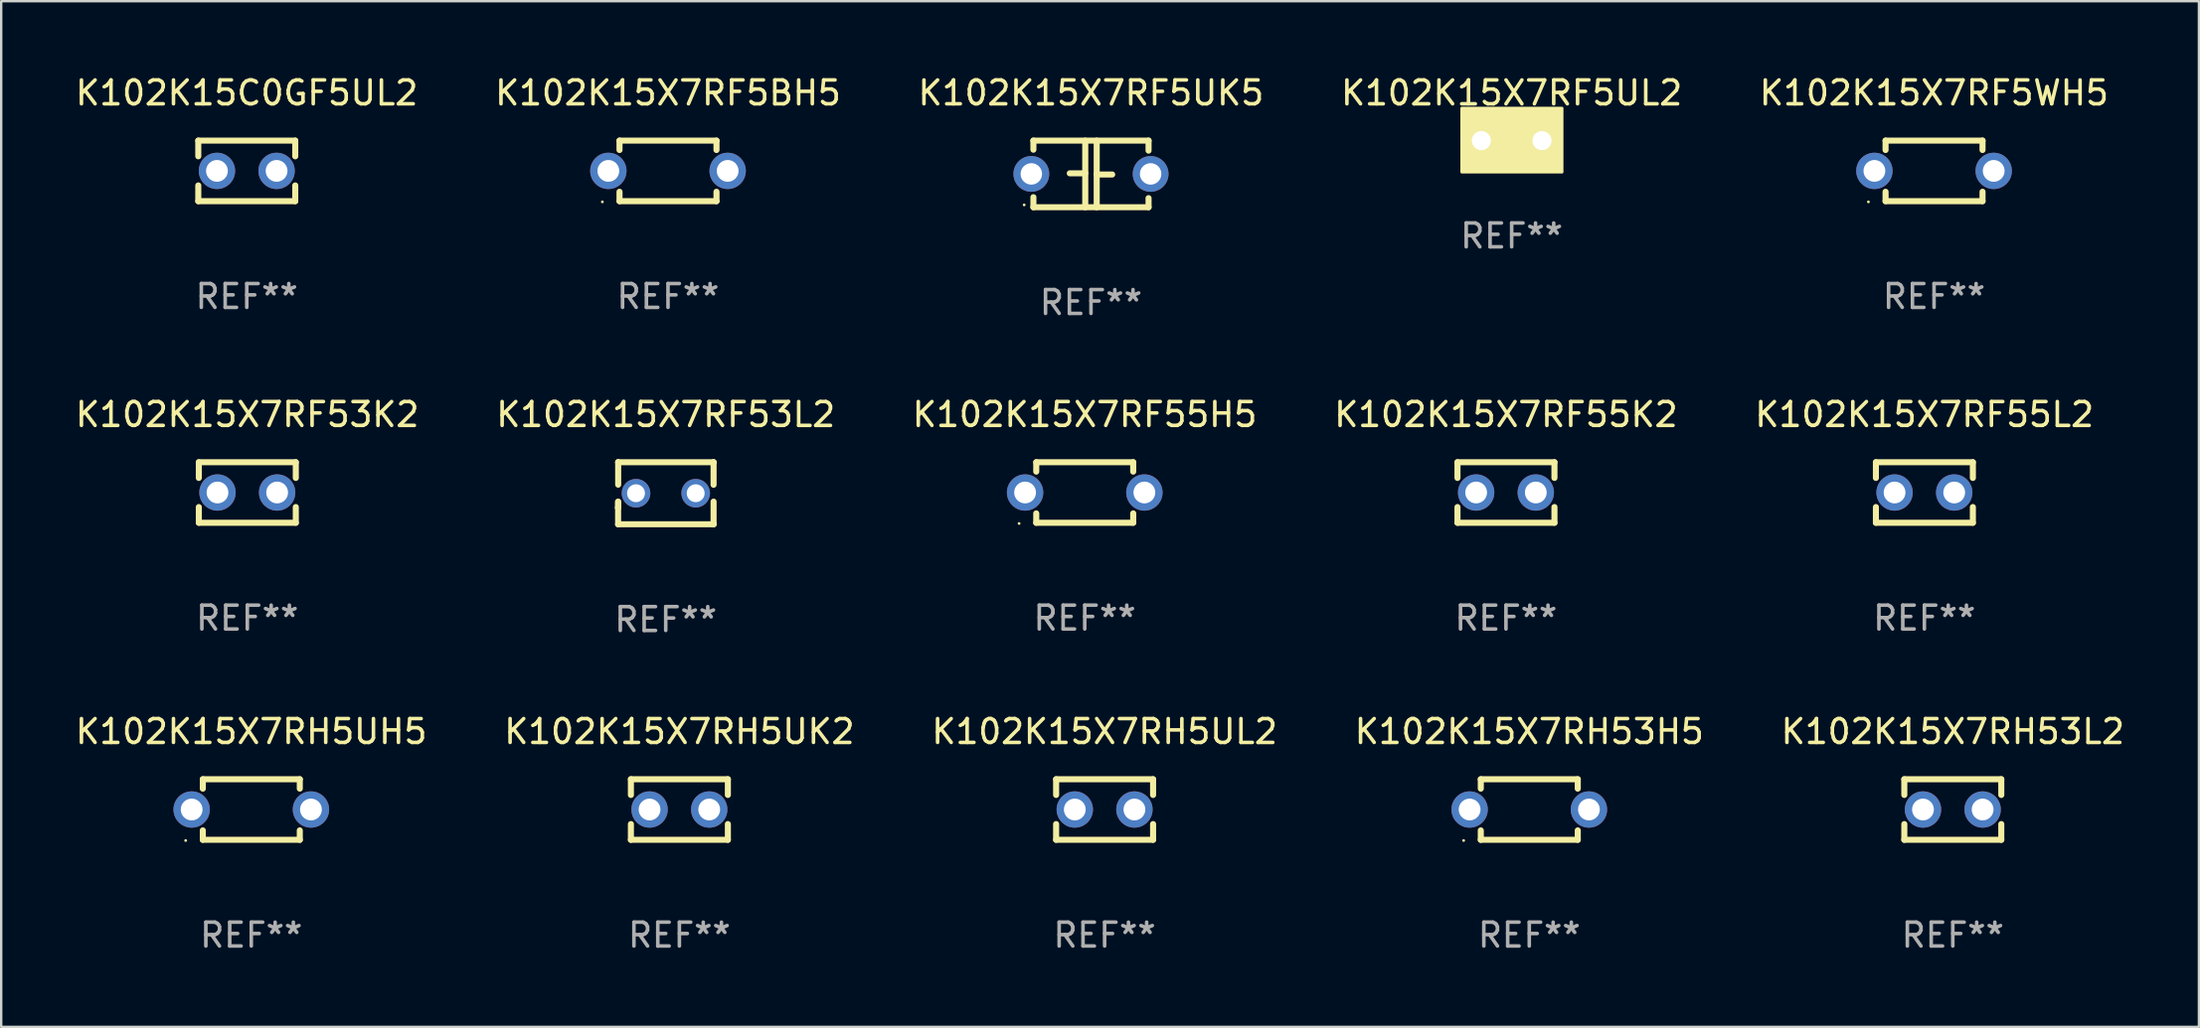
<source format=kicad_pcb>
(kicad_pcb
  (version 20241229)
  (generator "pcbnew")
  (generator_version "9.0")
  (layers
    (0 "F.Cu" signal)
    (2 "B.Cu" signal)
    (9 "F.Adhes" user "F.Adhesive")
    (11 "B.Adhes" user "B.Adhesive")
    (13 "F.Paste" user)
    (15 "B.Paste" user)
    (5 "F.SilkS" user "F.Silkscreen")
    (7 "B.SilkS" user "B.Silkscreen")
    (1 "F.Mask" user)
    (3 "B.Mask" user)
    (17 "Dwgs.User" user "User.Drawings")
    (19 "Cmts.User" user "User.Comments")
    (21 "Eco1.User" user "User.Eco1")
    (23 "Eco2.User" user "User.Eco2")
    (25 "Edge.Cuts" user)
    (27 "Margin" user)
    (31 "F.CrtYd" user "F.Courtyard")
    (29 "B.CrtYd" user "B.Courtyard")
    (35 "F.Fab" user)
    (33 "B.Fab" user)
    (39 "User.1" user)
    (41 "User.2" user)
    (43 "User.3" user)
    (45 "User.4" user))
  (footprint "K102K15X7RH5UL2"
    (layer "F.Cu")
    (at 43.244 30.907)
    (property "Reference" "K102K15X7RH5UL2" (at 0 -3.27 0) (layer "F.SilkS") (effects (font (size 1 1) (thickness 0.15))))
    (attr through_hole)
    (fp_line (start -2.032 -1.27) (end -2.032 -0.611) (stroke (width 0.254) (type solid)) (layer "F.SilkS"))
    (fp_line (start -2.032 0.611) (end -2.032 1.27) (stroke (width 0.254) (type solid)) (layer "F.SilkS"))
    (fp_line (start -2.032 1.27) (end 2.032 1.27) (stroke (width 0.254) (type solid)) (layer "F.SilkS"))
    (fp_line (start 2.032 -1.27) (end -2.032 -1.27) (stroke (width 0.254) (type solid)) (layer "F.SilkS"))
    (fp_line (start 2.032 -0.611) (end 2.032 -1.27) (stroke (width 0.254) (type solid)) (layer "F.SilkS"))
    (fp_line (start 2.032 1.27) (end 2.032 0.611) (stroke (width 0.254) (type solid)) (layer "F.SilkS"))
    (fp_circle (center -2 1.3) (end -1.97 1.3) (stroke (width 0.06) (type solid)) (fill no) (layer "F.SilkS"))
    (fp_text user "REF**" (at 0 5.27 0) (layer "F.Fab") (effects (font (size 1 1) (thickness 0.15))))
    (pad "1" thru_hole circle (at -1.25 0) (size 1.524 1.524) (drill 0.914) (layers "*.Cu" "*.Mask"))
    (pad "2" thru_hole circle (at 1.25 0) (size 1.524 1.524) (drill 0.914) (layers "*.Cu" "*.Mask")))
  (footprint "K102K15X7RF5UK5"
    (layer "F.Cu")
    (at 42.673 4.245)
    (property "Reference" "K102K15X7RF5UK5" (at 0 -3.397 0) (layer "F.SilkS") (effects (font (size 1 1) (thickness 0.15))))
    (attr through_hole)
    (fp_line (start -2.413 -1.397) (end 2.413 -1.397) (stroke (width 0.254) (type solid)) (layer "F.SilkS"))
    (fp_line (start -2.413 -1.016) (end -2.413 -1.397) (stroke (width 0.254) (type solid)) (layer "F.SilkS"))
    (fp_line (start -2.413 0.977) (end -2.413 1.397) (stroke (width 0.254) (type solid)) (layer "F.SilkS"))
    (fp_line (start -0.24 -0.025) (end -0.889 -0.025) (stroke (width 0.254) (type solid)) (layer "F.SilkS"))
    (fp_line (start -0.24 1.397) (end -0.24 -1.397) (stroke (width 0.254) (type solid)) (layer "F.SilkS"))
    (fp_line (start 0.24 -1.397) (end 0.24 1.397) (stroke (width 0.254) (type solid)) (layer "F.SilkS"))
    (fp_line (start 0.24 0.025) (end 0.889 0.025) (stroke (width 0.254) (type solid)) (layer "F.SilkS"))
    (fp_line (start 2.413 -0.977) (end 2.413 -1.397) (stroke (width 0.254) (type solid)) (layer "F.SilkS"))
    (fp_line (start 2.413 1.016) (end 2.413 1.397) (stroke (width 0.254) (type solid)) (layer "F.SilkS"))
    (fp_line (start 2.413 1.397) (end -2.413 1.397) (stroke (width 0.254) (type solid)) (layer "F.SilkS"))
    (fp_circle (center -2.8 1.3) (end -2.77 1.3) (stroke (width 0.06) (type solid)) (fill no) (layer "F.SilkS"))
    (fp_text user "REF**" (at 0 5.397 0) (layer "F.Fab") (effects (font (size 1 1) (thickness 0.15))))
    (pad "1" thru_hole circle (at -2.5 0) (size 1.5 1.5) (drill 0.9) (layers "*.Cu" "*.Mask"))
    (pad "2" thru_hole circle (at 2.5 0) (size 1.5 1.5) (drill 0.9) (layers "*.Cu" "*.Mask")))
  (footprint "K102K15X7RH53H5"
    (layer "F.Cu")
    (at 61.042 30.907)
    (property "Reference" "K102K15X7RH53H5" (at 0 -3.27 0) (layer "F.SilkS") (effects (font (size 1 1) (thickness 0.15))))
    (attr through_hole)
    (fp_line (start -2.032 -1.27) (end -2.032 -0.876) (stroke (width 0.254) (type solid)) (layer "F.SilkS"))
    (fp_line (start -2.032 0.876) (end -2.032 1.27) (stroke (width 0.254) (type solid)) (layer "F.SilkS"))
    (fp_line (start -2.032 1.27) (end 2.032 1.27) (stroke (width 0.254) (type solid)) (layer "F.SilkS"))
    (fp_line (start 2.032 -1.27) (end -2.032 -1.27) (stroke (width 0.254) (type solid)) (layer "F.SilkS"))
    (fp_line (start 2.032 -0.876) (end 2.032 -1.27) (stroke (width 0.254) (type solid)) (layer "F.SilkS"))
    (fp_line (start 2.032 1.27) (end 2.032 0.876) (stroke (width 0.254) (type solid)) (layer "F.SilkS"))
    (fp_circle (center -2.751 1.3) (end -2.721 1.3) (stroke (width 0.06) (type solid)) (fill no) (layer "F.SilkS"))
    (fp_text user "REF**" (at 0 5.27 0) (layer "F.Fab") (effects (font (size 1 1) (thickness 0.15))))
    (pad "1" thru_hole circle (at -2.5 0) (size 1.524 1.524) (drill 0.914) (layers "*.Cu" "*.Mask"))
    (pad "2" thru_hole circle (at 2.5 0) (size 1.524 1.524) (drill 0.914) (layers "*.Cu" "*.Mask")))
  (footprint "K102K15X7RF5UL2"
    (layer "F.Cu")
    (at 60.304 2.848)
    (property "Reference" "K102K15X7RF5UL2" (at 0 -2 0) (layer "F.SilkS") (effects (font (size 1 1) (thickness 0.15))))
    (attr through_hole)
    (fp_circle (center -2 1.3) (end -1.97 1.3) (stroke (width 0.06) (type solid)) (fill no) (layer "F.SilkS"))
    (fp_poly (pts (xy -2.09 -1.36) (xy 2.11 -1.36) (xy 2.11 1.32) (xy -2.09 1.32)) (stroke (width 0.12) (type solid)) (fill yes) (layer "F.SilkS"))
    (fp_text user "REF**" (at 0 4 0) (layer "F.Fab") (effects (font (size 1 1) (thickness 0.15))))
    (pad "1" thru_hole circle (at -1.27 0) (size 1.4 1.4) (drill 0.8) (layers "*.Cu" "*.Mask"))
    (pad "2" thru_hole circle (at 1.27 0) (size 1.4 1.4) (drill 0.8) (layers "*.Cu" "*.Mask")))
  (footprint "K102K15X7RF55H5"
    (layer "F.Cu")
    (at 42.411 17.609)
    (property "Reference" "K102K15X7RF55H5" (at 0 -3.27 0) (layer "F.SilkS") (effects (font (size 1 1) (thickness 0.15))))
    (attr through_hole)
    (fp_line (start -2.032 -1.27) (end -2.032 -0.876) (stroke (width 0.254) (type solid)) (layer "F.SilkS"))
    (fp_line (start -2.032 0.876) (end -2.032 1.27) (stroke (width 0.254) (type solid)) (layer "F.SilkS"))
    (fp_line (start -2.032 1.27) (end 2.032 1.27) (stroke (width 0.254) (type solid)) (layer "F.SilkS"))
    (fp_line (start 2.032 -1.27) (end -2.032 -1.27) (stroke (width 0.254) (type solid)) (layer "F.SilkS"))
    (fp_line (start 2.032 -0.876) (end 2.032 -1.27) (stroke (width 0.254) (type solid)) (layer "F.SilkS"))
    (fp_line (start 2.032 1.27) (end 2.032 0.876) (stroke (width 0.254) (type solid)) (layer "F.SilkS"))
    (fp_circle (center -2.751 1.3) (end -2.721 1.3) (stroke (width 0.06) (type solid)) (fill no) (layer "F.SilkS"))
    (fp_text user "REF**" (at 0 5.27 0) (layer "F.Fab") (effects (font (size 1 1) (thickness 0.15))))
    (pad "1" thru_hole circle (at -2.5 0) (size 1.524 1.524) (drill 0.914) (layers "*.Cu" "*.Mask"))
    (pad "2" thru_hole circle (at 2.5 0) (size 1.524 1.524) (drill 0.914) (layers "*.Cu" "*.Mask")))
  (footprint "K102K15X7RF55K2"
    (layer "F.Cu")
    (at 60.065 17.609)
    (property "Reference" "K102K15X7RF55K2" (at 0 -3.27 0) (layer "F.SilkS") (effects (font (size 1 1) (thickness 0.15))))
    (attr through_hole)
    (fp_line (start -2.032 -1.27) (end -2.032 -0.611) (stroke (width 0.254) (type solid)) (layer "F.SilkS"))
    (fp_line (start -2.032 0.611) (end -2.032 1.27) (stroke (width 0.254) (type solid)) (layer "F.SilkS"))
    (fp_line (start -2.032 1.27) (end 2.032 1.27) (stroke (width 0.254) (type solid)) (layer "F.SilkS"))
    (fp_line (start 2.032 -1.27) (end -2.032 -1.27) (stroke (width 0.254) (type solid)) (layer "F.SilkS"))
    (fp_line (start 2.032 -0.611) (end 2.032 -1.27) (stroke (width 0.254) (type solid)) (layer "F.SilkS"))
    (fp_line (start 2.032 1.27) (end 2.032 0.611) (stroke (width 0.254) (type solid)) (layer "F.SilkS"))
    (fp_circle (center -2 1.3) (end -1.97 1.3) (stroke (width 0.06) (type solid)) (fill no) (layer "F.SilkS"))
    (fp_text user "REF**" (at 0 5.27 0) (layer "F.Fab") (effects (font (size 1 1) (thickness 0.15))))
    (pad "1" thru_hole circle (at -1.25 0) (size 1.524 1.524) (drill 0.914) (layers "*.Cu" "*.Mask"))
    (pad "2" thru_hole circle (at 1.25 0) (size 1.524 1.524) (drill 0.914) (layers "*.Cu" "*.Mask")))
  (footprint "K102K15X7RF5BH5"
    (layer "F.Cu")
    (at 24.946 4.118)
    (property "Reference" "K102K15X7RF5BH5" (at 0 -3.27 0) (layer "F.SilkS") (effects (font (size 1 1) (thickness 0.15))))
    (attr through_hole)
    (fp_line (start -2.032 -1.27) (end -2.032 -0.876) (stroke (width 0.254) (type solid)) (layer "F.SilkS"))
    (fp_line (start -2.032 0.876) (end -2.032 1.27) (stroke (width 0.254) (type solid)) (layer "F.SilkS"))
    (fp_line (start -2.032 1.27) (end 2.032 1.27) (stroke (width 0.254) (type solid)) (layer "F.SilkS"))
    (fp_line (start 2.032 -1.27) (end -2.032 -1.27) (stroke (width 0.254) (type solid)) (layer "F.SilkS"))
    (fp_line (start 2.032 -0.876) (end 2.032 -1.27) (stroke (width 0.254) (type solid)) (layer "F.SilkS"))
    (fp_line (start 2.032 1.27) (end 2.032 0.876) (stroke (width 0.254) (type solid)) (layer "F.SilkS"))
    (fp_circle (center -2.751 1.3) (end -2.721 1.3) (stroke (width 0.06) (type solid)) (fill no) (layer "F.SilkS"))
    (fp_text user "REF**" (at 0 5.27 0) (layer "F.Fab") (effects (font (size 1 1) (thickness 0.15))))
    (pad "1" thru_hole circle (at -2.5 0) (size 1.524 1.524) (drill 0.914) (layers "*.Cu" "*.Mask"))
    (pad "2" thru_hole circle (at 2.5 0) (size 1.524 1.524) (drill 0.914) (layers "*.Cu" "*.Mask")))
  (footprint "K102K15C0GF5UL2"
    (layer "F.Cu")
    (at 7.292 4.118)
    (property "Reference" "K102K15C0GF5UL2" (at 0 -3.27 0) (layer "F.SilkS") (effects (font (size 1 1) (thickness 0.15))))
    (attr through_hole)
    (fp_line (start -2.032 -1.27) (end -2.032 -0.611) (stroke (width 0.254) (type solid)) (layer "F.SilkS"))
    (fp_line (start -2.032 0.611) (end -2.032 1.27) (stroke (width 0.254) (type solid)) (layer "F.SilkS"))
    (fp_line (start -2.032 1.27) (end 2.032 1.27) (stroke (width 0.254) (type solid)) (layer "F.SilkS"))
    (fp_line (start 2.032 -1.27) (end -2.032 -1.27) (stroke (width 0.254) (type solid)) (layer "F.SilkS"))
    (fp_line (start 2.032 -0.611) (end 2.032 -1.27) (stroke (width 0.254) (type solid)) (layer "F.SilkS"))
    (fp_line (start 2.032 1.27) (end 2.032 0.611) (stroke (width 0.254) (type solid)) (layer "F.SilkS"))
    (fp_circle (center -2 1.3) (end -1.97 1.3) (stroke (width 0.06) (type solid)) (fill no) (layer "F.SilkS"))
    (fp_text user "REF**" (at 0 5.27 0) (layer "F.Fab") (effects (font (size 1 1) (thickness 0.15))))
    (pad "1" thru_hole circle (at -1.25 0) (size 1.524 1.524) (drill 0.914) (layers "*.Cu" "*.Mask"))
    (pad "2" thru_hole circle (at 1.25 0) (size 1.524 1.524) (drill 0.914) (layers "*.Cu" "*.Mask")))
  (footprint "K102K15X7RF55L2"
    (layer "F.Cu")
    (at 77.601 17.609)
    (property "Reference" "K102K15X7RF55L2" (at 0 -3.27 0) (layer "F.SilkS") (effects (font (size 1 1) (thickness 0.15))))
    (attr through_hole)
    (fp_line (start -2.032 -1.27) (end -2.032 -0.611) (stroke (width 0.254) (type solid)) (layer "F.SilkS"))
    (fp_line (start -2.032 0.611) (end -2.032 1.27) (stroke (width 0.254) (type solid)) (layer "F.SilkS"))
    (fp_line (start -2.032 1.27) (end 2.032 1.27) (stroke (width 0.254) (type solid)) (layer "F.SilkS"))
    (fp_line (start 2.032 -1.27) (end -2.032 -1.27) (stroke (width 0.254) (type solid)) (layer "F.SilkS"))
    (fp_line (start 2.032 -0.611) (end 2.032 -1.27) (stroke (width 0.254) (type solid)) (layer "F.SilkS"))
    (fp_line (start 2.032 1.27) (end 2.032 0.611) (stroke (width 0.254) (type solid)) (layer "F.SilkS"))
    (fp_circle (center -2 1.3) (end -1.97 1.3) (stroke (width 0.06) (type solid)) (fill no) (layer "F.SilkS"))
    (fp_text user "REF**" (at 0 5.27 0) (layer "F.Fab") (effects (font (size 1 1) (thickness 0.15))))
    (pad "1" thru_hole circle (at -1.25 0) (size 1.524 1.524) (drill 0.914) (layers "*.Cu" "*.Mask"))
    (pad "2" thru_hole circle (at 1.25 0) (size 1.524 1.524) (drill 0.914) (layers "*.Cu" "*.Mask")))
  (footprint "K102K15X7RH53L2"
    (layer "F.Cu")
    (at 78.792 30.907)
    (property "Reference" "K102K15X7RH53L2" (at 0 -3.27 0) (layer "F.SilkS") (effects (font (size 1 1) (thickness 0.15))))
    (attr through_hole)
    (fp_line (start -2.032 -1.27) (end -2.032 -0.611) (stroke (width 0.254) (type solid)) (layer "F.SilkS"))
    (fp_line (start -2.032 0.611) (end -2.032 1.27) (stroke (width 0.254) (type solid)) (layer "F.SilkS"))
    (fp_line (start -2.032 1.27) (end 2.032 1.27) (stroke (width 0.254) (type solid)) (layer "F.SilkS"))
    (fp_line (start 2.032 -1.27) (end -2.032 -1.27) (stroke (width 0.254) (type solid)) (layer "F.SilkS"))
    (fp_line (start 2.032 -0.611) (end 2.032 -1.27) (stroke (width 0.254) (type solid)) (layer "F.SilkS"))
    (fp_line (start 2.032 1.27) (end 2.032 0.611) (stroke (width 0.254) (type solid)) (layer "F.SilkS"))
    (fp_circle (center -2 1.3) (end -1.97 1.3) (stroke (width 0.06) (type solid)) (fill no) (layer "F.SilkS"))
    (fp_text user "REF**" (at 0 5.27 0) (layer "F.Fab") (effects (font (size 1 1) (thickness 0.15))))
    (pad "1" thru_hole circle (at -1.25 0) (size 1.524 1.524) (drill 0.914) (layers "*.Cu" "*.Mask"))
    (pad "2" thru_hole circle (at 1.25 0) (size 1.524 1.524) (drill 0.914) (layers "*.Cu" "*.Mask")))
  (footprint "K102K15X7RH5UK2"
    (layer "F.Cu")
    (at 25.423 30.907)
    (property "Reference" "K102K15X7RH5UK2" (at 0 -3.27 0) (layer "F.SilkS") (effects (font (size 1 1) (thickness 0.15))))
    (attr through_hole)
    (fp_line (start -2.032 -1.27) (end -2.032 -0.611) (stroke (width 0.254) (type solid)) (layer "F.SilkS"))
    (fp_line (start -2.032 0.611) (end -2.032 1.27) (stroke (width 0.254) (type solid)) (layer "F.SilkS"))
    (fp_line (start -2.032 1.27) (end 2.032 1.27) (stroke (width 0.254) (type solid)) (layer "F.SilkS"))
    (fp_line (start 2.032 -1.27) (end -2.032 -1.27) (stroke (width 0.254) (type solid)) (layer "F.SilkS"))
    (fp_line (start 2.032 -0.611) (end 2.032 -1.27) (stroke (width 0.254) (type solid)) (layer "F.SilkS"))
    (fp_line (start 2.032 1.27) (end 2.032 0.611) (stroke (width 0.254) (type solid)) (layer "F.SilkS"))
    (fp_circle (center -2 1.3) (end -1.97 1.3) (stroke (width 0.06) (type solid)) (fill no) (layer "F.SilkS"))
    (fp_text user "REF**" (at 0 5.27 0) (layer "F.Fab") (effects (font (size 1 1) (thickness 0.15))))
    (pad "1" thru_hole circle (at -1.25 0) (size 1.524 1.524) (drill 0.914) (layers "*.Cu" "*.Mask"))
    (pad "2" thru_hole circle (at 1.25 0) (size 1.524 1.524) (drill 0.914) (layers "*.Cu" "*.Mask")))
  (footprint "K102K15X7RF53L2"
    (layer "F.Cu")
    (at 24.851 17.64)
    (property "Reference" "K102K15X7RF53L2" (at 0 -3.301 0) (layer "F.SilkS") (effects (font (size 1 1) (thickness 0.15))))
    (attr through_hole)
    (fp_line (start -1.996 0.354) (end -1.996 1.301) (stroke (width 0.254) (type solid)) (layer "F.SilkS"))
    (fp_line (start -1.996 1.301) (end 2.002 1.301) (stroke (width 0.254) (type solid)) (layer "F.SilkS"))
    (fp_line (start -1.993 -1.299) (end -1.993 -0.36) (stroke (width 0.254) (type solid)) (layer "F.SilkS"))
    (fp_line (start -1.993 0.358) (end -1.993 0.599) (stroke (width 0.254) (type solid)) (layer "F.SilkS"))
    (fp_line (start -1.993 0.599) (end -2.005 0.61) (stroke (width 0.254) (type solid)) (layer "F.SilkS"))
    (fp_line (start -1.992 -1.301) (end -1.993 -1.299) (stroke (width 0.254) (type solid)) (layer "F.SilkS"))
    (fp_line (start 2.002 1.301) (end 2.005 1.298) (stroke (width 0.254) (type solid)) (layer "F.SilkS"))
    (fp_line (start 2.003 -1.301) (end -1.992 -1.301) (stroke (width 0.254) (type solid)) (layer "F.SilkS"))
    (fp_line (start 2.005 -1.299) (end 2.003 -1.301) (stroke (width 0.254) (type solid)) (layer "F.SilkS"))
    (fp_line (start 2.005 -0.355) (end 2.005 -1.299) (stroke (width 0.254) (type solid)) (layer "F.SilkS"))
    (fp_line (start 2.005 1.298) (end 2.005 0.352) (stroke (width 0.254) (type solid)) (layer "F.SilkS"))
    (fp_circle (center -1.996 1.299) (end -1.966 1.299) (stroke (width 0.06) (type solid)) (fill no) (layer "F.SilkS"))
    (fp_text user "REF**" (at 0 5.301 0) (layer "F.Fab") (effects (font (size 1 1) (thickness 0.15))))
    (pad "1" thru_hole circle (at -1.246 -0.001) (size 1.2 1.2) (drill 0.75) (layers "*.Cu" "*.Mask"))
    (pad "2" thru_hole circle (at 1.255 -0.001) (size 1.2 1.2) (drill 0.75) (layers "*.Cu" "*.Mask")))
  (footprint "K102K15X7RF53K2"
    (layer "F.Cu")
    (at 7.315 17.609)
    (property "Reference" "K102K15X7RF53K2" (at 0 -3.27 0) (layer "F.SilkS") (effects (font (size 1 1) (thickness 0.15))))
    (attr through_hole)
    (fp_line (start -2.032 -1.27) (end -2.032 -0.611) (stroke (width 0.254) (type solid)) (layer "F.SilkS"))
    (fp_line (start -2.032 0.611) (end -2.032 1.27) (stroke (width 0.254) (type solid)) (layer "F.SilkS"))
    (fp_line (start -2.032 1.27) (end 2.032 1.27) (stroke (width 0.254) (type solid)) (layer "F.SilkS"))
    (fp_line (start 2.032 -1.27) (end -2.032 -1.27) (stroke (width 0.254) (type solid)) (layer "F.SilkS"))
    (fp_line (start 2.032 -0.611) (end 2.032 -1.27) (stroke (width 0.254) (type solid)) (layer "F.SilkS"))
    (fp_line (start 2.032 1.27) (end 2.032 0.611) (stroke (width 0.254) (type solid)) (layer "F.SilkS"))
    (fp_circle (center -2 1.3) (end -1.97 1.3) (stroke (width 0.06) (type solid)) (fill no) (layer "F.SilkS"))
    (fp_text user "REF**" (at 0 5.27 0) (layer "F.Fab") (effects (font (size 1 1) (thickness 0.15))))
    (pad "1" thru_hole circle (at -1.25 0) (size 1.524 1.524) (drill 0.914) (layers "*.Cu" "*.Mask"))
    (pad "2" thru_hole circle (at 1.25 0) (size 1.524 1.524) (drill 0.914) (layers "*.Cu" "*.Mask")))
  (footprint "K102K15X7RF5WH5"
    (layer "F.Cu")
    (at 78.006 4.118)
    (property "Reference" "K102K15X7RF5WH5" (at 0 -3.27 0) (layer "F.SilkS") (effects (font (size 1 1) (thickness 0.15))))
    (attr through_hole)
    (fp_line (start -2.032 -1.27) (end -2.032 -0.876) (stroke (width 0.254) (type solid)) (layer "F.SilkS"))
    (fp_line (start -2.032 0.876) (end -2.032 1.27) (stroke (width 0.254) (type solid)) (layer "F.SilkS"))
    (fp_line (start -2.032 1.27) (end 2.032 1.27) (stroke (width 0.254) (type solid)) (layer "F.SilkS"))
    (fp_line (start 2.032 -1.27) (end -2.032 -1.27) (stroke (width 0.254) (type solid)) (layer "F.SilkS"))
    (fp_line (start 2.032 -0.876) (end 2.032 -1.27) (stroke (width 0.254) (type solid)) (layer "F.SilkS"))
    (fp_line (start 2.032 1.27) (end 2.032 0.876) (stroke (width 0.254) (type solid)) (layer "F.SilkS"))
    (fp_circle (center -2.751 1.3) (end -2.721 1.3) (stroke (width 0.06) (type solid)) (fill no) (layer "F.SilkS"))
    (fp_text user "REF**" (at 0 5.27 0) (layer "F.Fab") (effects (font (size 1 1) (thickness 0.15))))
    (pad "1" thru_hole circle (at -2.5 0) (size 1.524 1.524) (drill 0.914) (layers "*.Cu" "*.Mask"))
    (pad "2" thru_hole circle (at 2.5 0) (size 1.524 1.524) (drill 0.914) (layers "*.Cu" "*.Mask")))
  (footprint "K102K15X7RH5UH5"
    (layer "F.Cu")
    (at 7.482 30.907)
    (property "Reference" "K102K15X7RH5UH5" (at 0 -3.27 0) (layer "F.SilkS") (effects (font (size 1 1) (thickness 0.15))))
    (attr through_hole)
    (fp_line (start -2.032 -1.27) (end -2.032 -0.876) (stroke (width 0.254) (type solid)) (layer "F.SilkS"))
    (fp_line (start -2.032 0.876) (end -2.032 1.27) (stroke (width 0.254) (type solid)) (layer "F.SilkS"))
    (fp_line (start -2.032 1.27) (end 2.032 1.27) (stroke (width 0.254) (type solid)) (layer "F.SilkS"))
    (fp_line (start 2.032 -1.27) (end -2.032 -1.27) (stroke (width 0.254) (type solid)) (layer "F.SilkS"))
    (fp_line (start 2.032 -0.876) (end 2.032 -1.27) (stroke (width 0.254) (type solid)) (layer "F.SilkS"))
    (fp_line (start 2.032 1.27) (end 2.032 0.876) (stroke (width 0.254) (type solid)) (layer "F.SilkS"))
    (fp_circle (center -2.751 1.3) (end -2.721 1.3) (stroke (width 0.06) (type solid)) (fill no) (layer "F.SilkS"))
    (fp_text user "REF**" (at 0 5.27 0) (layer "F.Fab") (effects (font (size 1 1) (thickness 0.15))))
    (pad "1" thru_hole circle (at -2.5 0) (size 1.524 1.524) (drill 0.914) (layers "*.Cu" "*.Mask"))
    (pad "2" thru_hole circle (at 2.5 0) (size 1.524 1.524) (drill 0.914) (layers "*.Cu" "*.Mask")))
  (gr_rect
    (start -3 -3)
    (end 89.107 40.025)
    (stroke (width 0.1) (type default))
    (fill no)
    (layer "Edge.Cuts")))
</source>
